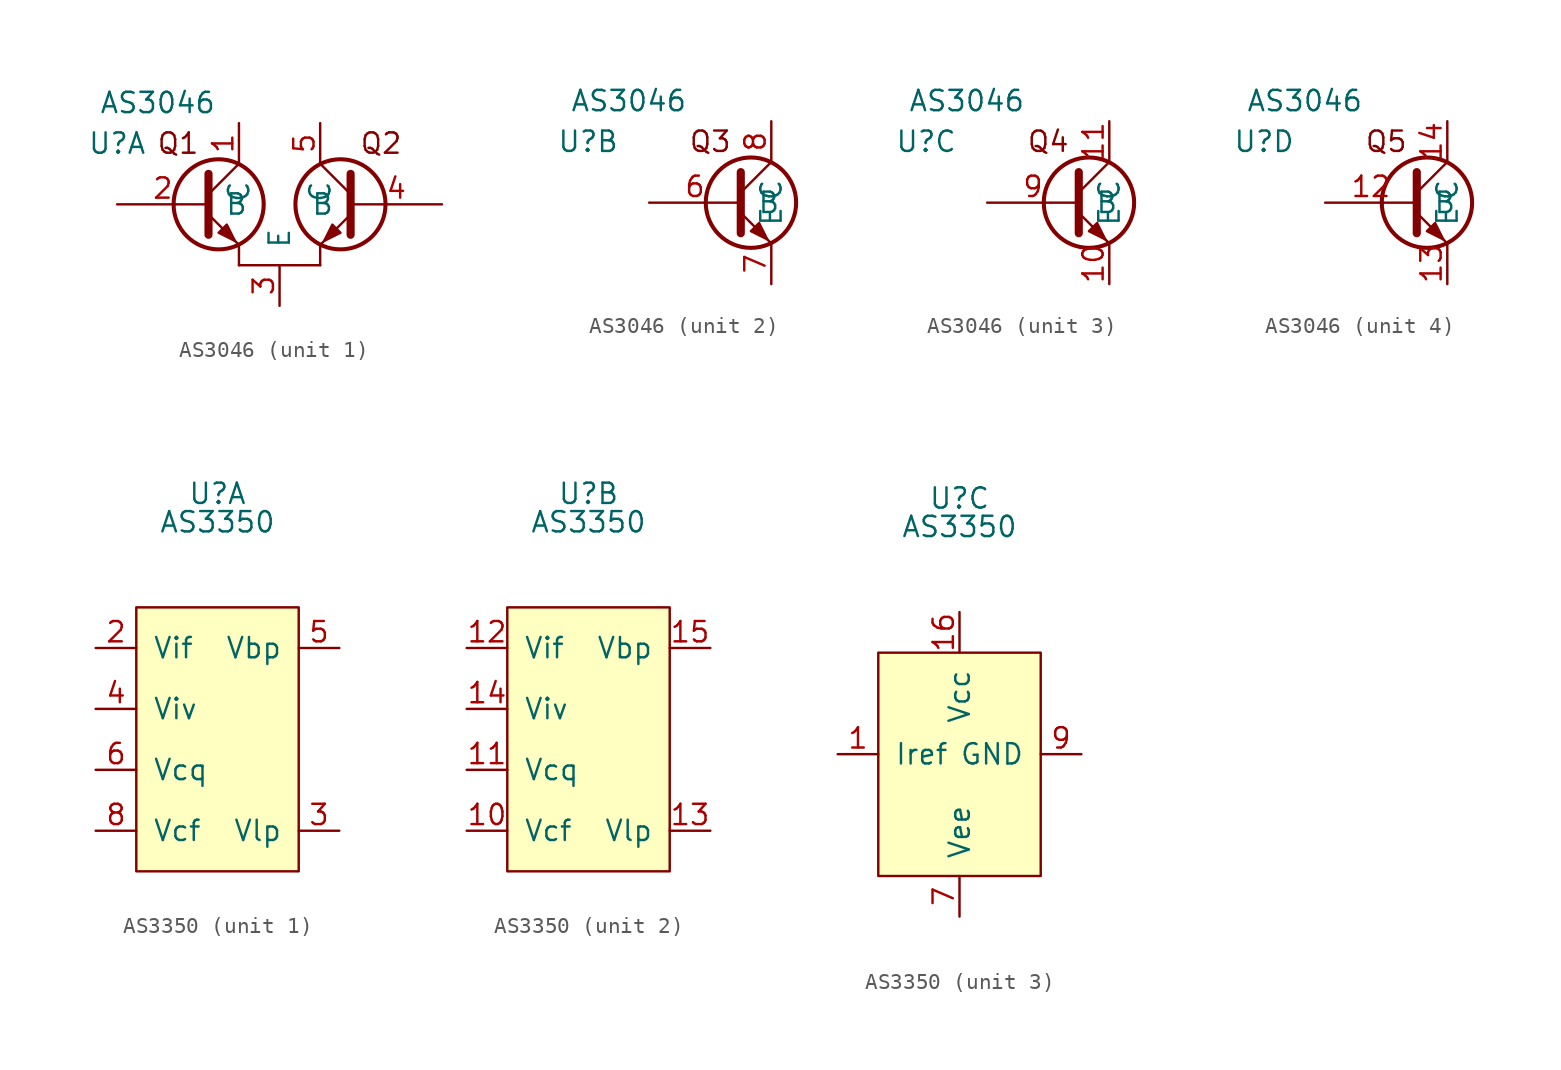
<source format=kicad_sym>
(kicad_symbol_lib
  (version 20211014)
  (generator kicad_symbol_editor)
  (symbol "AS3046"
    (pin_names
      (offset 1.016))
    (property "Reference" "U"
      (at -10.16 3.81 0)
      (effects (font (size 1.27 1.27))))
    (property "Value" "AS3046"
      (at -7.62 6.35 0)
      (effects (font (size 1.27 1.27))))
    (property "ki_locked" ""
      (at 0 0 0)
      (effects (font (size 1.27 1.27))))
    (symbol "AS3046_1_0"
      (text "Q1" (at -6.35 3.81 0) (effects (font (size 1.27 1.27)))))
    (symbol "AS3046_1_1"
      (circle (center -3.81 0) (radius 2.819) (stroke (width 0.254) (type default) (color 0 0 0 0)) (fill (type none)))
      (rectangle (start -2.54 -2.54) (end -2.54 -3.81) (stroke (width 0) (type default) (color 0 0 0 0)) (fill (type none)))
      (polyline (pts (xy -4.445 0.635) (xy -2.54 2.54)) (stroke (width 0) (type default) (color 0 0 0 0)) (fill (type none)))
      (polyline (pts (xy 4.445 0.635) (xy 2.54 2.54)) (stroke (width 0) (type default) (color 0 0 0 0)) (fill (type none)))
      (polyline (pts (xy -4.445 -0.635) (xy -2.54 -2.54) (xy -2.54 -2.54)) (stroke (width 0) (type default) (color 0 0 0 0)) (fill (type none)))
      (polyline (pts (xy -4.445 1.905) (xy -4.445 -1.905) (xy -4.445 -1.905)) (stroke (width 0.508) (type default) (color 0 0 0 0)) (fill (type none)))
      (polyline (pts (xy 4.445 -0.635) (xy 2.54 -2.54) (xy 2.54 -2.54)) (stroke (width 0) (type default) (color 0 0 0 0)) (fill (type none)))
      (polyline (pts (xy 4.445 1.905) (xy 4.445 -1.905) (xy 4.445 -1.905)) (stroke (width 0.508) (type default) (color 0 0 0 0)) (fill (type none)))
      (polyline (pts (xy -3.81 -1.778) (xy -3.302 -1.27) (xy -2.794 -2.286) (xy -3.81 -1.778) (xy -3.81 -1.778)) (stroke (width 0) (type default) (color 0 0 0 0)) (fill (type outline)))
      (polyline (pts (xy 3.81 -1.778) (xy 3.302 -1.27) (xy 2.794 -2.286) (xy 3.81 -1.778) (xy 3.81 -1.778)) (stroke (width 0) (type default) (color 0 0 0 0)) (fill (type outline)))
      (rectangle (start 2.54 -3.81) (end -2.54 -3.81) (stroke (width 0) (type default) (color 0 0 0 0)) (fill (type none)))
      (rectangle (start 2.54 -2.54) (end 2.54 -3.81) (stroke (width 0) (type default) (color 0 0 0 0)) (fill (type none)))
      (circle (center 3.81 0) (radius 2.819) (stroke (width 0.254) (type default) (color 0 0 0 0)) (fill (type none)))
      (text "Q2" (at 6.35 3.81 0) (effects (font (size 1.27 1.27))))
      (pin passive line (at -2.54 5.08 270) (length 2.54) (name "C" (effects (font (size 1.27 1.27)))) (number "1" (effects (font (size 1.27 1.27)))))
      (pin passive line (at -10.16 0 0) (length 5.715) (name "B" (effects (font (size 1.27 1.27)))) (number "2" (effects (font (size 1.27 1.27)))))
      (pin passive line (at 0 -6.35 90) (length 2.54) (name "E" (effects (font (size 1.27 1.27)))) (number "3" (effects (font (size 1.27 1.27)))))
      (pin passive line (at 10.16 0 180) (length 5.715) (name "B" (effects (font (size 1.27 1.27)))) (number "4" (effects (font (size 1.27 1.27)))))
      (pin passive line (at 2.54 5.08 270) (length 2.54) (name "C" (effects (font (size 1.27 1.27)))) (number "5" (effects (font (size 1.27 1.27))))))
    (symbol "AS3046_2_1"
      (polyline (pts (xy -0.635 0.635) (xy 1.27 2.54)) (stroke (width 0) (type default) (color 0 0 0 0)) (fill (type none)))
      (polyline (pts (xy -0.635 -0.635) (xy 1.27 -2.54) (xy 1.27 -2.54)) (stroke (width 0) (type default) (color 0 0 0 0)) (fill (type none)))
      (polyline (pts (xy -0.635 1.905) (xy -0.635 -1.905) (xy -0.635 -1.905)) (stroke (width 0.508) (type default) (color 0 0 0 0)) (fill (type none)))
      (polyline (pts (xy 0 -1.778) (xy 0.508 -1.27) (xy 1.016 -2.286) (xy 0 -1.778) (xy 0 -1.778)) (stroke (width 0) (type default) (color 0 0 0 0)) (fill (type outline)))
      (circle (center 0 0) (radius 2.819) (stroke (width 0.254) (type default) (color 0 0 0 0)) (fill (type none)))
      (text "Q3" (at -2.54 3.81 0) (effects (font (size 1.27 1.27))))
      (pin passive line (at -6.35 0 0) (length 5.715) (name "B" (effects (font (size 1.27 1.27)))) (number "6" (effects (font (size 1.27 1.27)))))
      (pin passive line (at 1.27 -5.08 90) (length 2.54) (name "E" (effects (font (size 1.27 1.27)))) (number "7" (effects (font (size 1.27 1.27)))))
      (pin passive line (at 1.27 5.08 270) (length 2.54) (name "C" (effects (font (size 1.27 1.27)))) (number "8" (effects (font (size 1.27 1.27))))))
    (symbol "AS3046_3_1"
      (polyline (pts (xy -0.635 0.635) (xy 1.27 2.54)) (stroke (width 0) (type default) (color 0 0 0 0)) (fill (type none)))
      (polyline (pts (xy -0.635 -0.635) (xy 1.27 -2.54) (xy 1.27 -2.54)) (stroke (width 0) (type default) (color 0 0 0 0)) (fill (type none)))
      (polyline (pts (xy -0.635 1.905) (xy -0.635 -1.905) (xy -0.635 -1.905)) (stroke (width 0.508) (type default) (color 0 0 0 0)) (fill (type none)))
      (polyline (pts (xy 0 -1.778) (xy 0.508 -1.27) (xy 1.016 -2.286) (xy 0 -1.778) (xy 0 -1.778)) (stroke (width 0) (type default) (color 0 0 0 0)) (fill (type outline)))
      (circle (center 0 0) (radius 2.819) (stroke (width 0.254) (type default) (color 0 0 0 0)) (fill (type none)))
      (text "Q4" (at -2.54 3.81 0) (effects (font (size 1.27 1.27))))
      (pin passive line (at 1.27 -5.08 90) (length 2.54) (name "E" (effects (font (size 1.27 1.27)))) (number "10" (effects (font (size 1.27 1.27)))))
      (pin passive line (at 1.27 5.08 270) (length 2.54) (name "C" (effects (font (size 1.27 1.27)))) (number "11" (effects (font (size 1.27 1.27)))))
      (pin passive line (at -6.35 0 0) (length 5.715) (name "B" (effects (font (size 1.27 1.27)))) (number "9" (effects (font (size 1.27 1.27))))))
    (symbol "AS3046_4_1"
      (polyline (pts (xy -0.635 0.635) (xy 1.27 2.54)) (stroke (width 0) (type default) (color 0 0 0 0)) (fill (type none)))
      (polyline (pts (xy -0.635 -0.635) (xy 1.27 -2.54) (xy 1.27 -2.54)) (stroke (width 0) (type default) (color 0 0 0 0)) (fill (type none)))
      (polyline (pts (xy -0.635 1.905) (xy -0.635 -1.905) (xy -0.635 -1.905)) (stroke (width 0.508) (type default) (color 0 0 0 0)) (fill (type none)))
      (polyline (pts (xy 0 -1.778) (xy 0.508 -1.27) (xy 1.016 -2.286) (xy 0 -1.778) (xy 0 -1.778)) (stroke (width 0) (type default) (color 0 0 0 0)) (fill (type outline)))
      (circle (center 0 0) (radius 2.819) (stroke (width 0.254) (type default) (color 0 0 0 0)) (fill (type none)))
      (text "Q5" (at -2.54 3.81 0) (effects (font (size 1.27 1.27))))
      (pin passive line (at -6.35 0 0) (length 5.715) (name "B" (effects (font (size 1.27 1.27)))) (number "12" (effects (font (size 1.27 1.27)))))
      (pin passive line (at 1.27 -5.08 90) (length 2.54) (name "E" (effects (font (size 1.27 1.27)))) (number "13" (effects (font (size 1.27 1.27)))))
      (pin passive line (at 1.27 5.08 270) (length 2.54) (name "C" (effects (font (size 1.27 1.27)))) (number "14" (effects (font (size 1.27 1.27)))))))
  (symbol "AS3350"
    (pin_names
      (offset 1.016))
    (property "Reference" "U"
      (at 0 16.002 0)
      (effects (font (size 1.27 1.27))))
    (property "Value" "AS3350"
      (at 0 14.224 0)
      (effects (font (size 1.27 1.27))))
    (property "ki_locked" ""
      (at 0 0 0)
      (effects (font (size 1.27 1.27))))
    (symbol "AS3350_1_1"
      (rectangle (start -5.08 8.89) (end 5.08 -7.62) (stroke (width 0) (type default) (color 0 0 0 0)) (fill (type background)))
      (pin input line (at -7.62 6.35 0) (length 2.54) (name "Vif" (effects (font (size 1.27 1.27)))) (number "2" (effects (font (size 1.27 1.27)))))
      (pin output line (at 7.62 -5.08 180) (length 2.54) (name "Vlp" (effects (font (size 1.27 1.27)))) (number "3" (effects (font (size 1.27 1.27)))))
      (pin input line (at -7.62 2.54 0) (length 2.54) (name "Viv" (effects (font (size 1.27 1.27)))) (number "4" (effects (font (size 1.27 1.27)))))
      (pin bidirectional line (at 7.62 6.35 180) (length 2.54) (name "Vbp" (effects (font (size 1.27 1.27)))) (number "5" (effects (font (size 1.27 1.27)))))
      (pin input line (at -7.62 -1.27 0) (length 2.54) (name "Vcq" (effects (font (size 1.27 1.27)))) (number "6" (effects (font (size 1.27 1.27)))))
      (pin input line (at -7.62 -5.08 0) (length 2.54) (name "Vcf" (effects (font (size 1.27 1.27)))) (number "8" (effects (font (size 1.27 1.27))))))
    (symbol "AS3350_2_1"
      (rectangle (start -5.08 8.89) (end 5.08 -7.62) (stroke (width 0) (type default) (color 0 0 0 0)) (fill (type background)))
      (pin input line (at -7.62 -5.08 0) (length 2.54) (name "Vcf" (effects (font (size 1.27 1.27)))) (number "10" (effects (font (size 1.27 1.27)))))
      (pin input line (at -7.62 -1.27 0) (length 2.54) (name "Vcq" (effects (font (size 1.27 1.27)))) (number "11" (effects (font (size 1.27 1.27)))))
      (pin input line (at -7.62 6.35 0) (length 2.54) (name "Vif" (effects (font (size 1.27 1.27)))) (number "12" (effects (font (size 1.27 1.27)))))
      (pin output line (at 7.62 -5.08 180) (length 2.54) (name "Vlp" (effects (font (size 1.27 1.27)))) (number "13" (effects (font (size 1.27 1.27)))))
      (pin input line (at -7.62 2.54 0) (length 2.54) (name "Viv" (effects (font (size 1.27 1.27)))) (number "14" (effects (font (size 1.27 1.27)))))
      (pin bidirectional line (at 7.62 6.35 180) (length 2.54) (name "Vbp" (effects (font (size 1.27 1.27)))) (number "15" (effects (font (size 1.27 1.27))))))
    (symbol "AS3350_3_1"
      (rectangle (start -5.08 6.35) (end 5.08 -7.62) (stroke (width 0) (type default) (color 0 0 0 0)) (fill (type background)))
      (pin input line (at -7.62 0 0) (length 2.54) (name "Iref" (effects (font (size 1.27 1.27)))) (number "1" (effects (font (size 1.27 1.27)))))
      (pin power_in line (at 0 8.89 270) (length 2.54) (name "Vcc" (effects (font (size 1.27 1.27)))) (number "16" (effects (font (size 1.27 1.27)))))
      (pin power_in line (at 0 -10.16 90) (length 2.54) (name "Vee" (effects (font (size 1.27 1.27)))) (number "7" (effects (font (size 1.27 1.27)))))
      (pin power_in line (at 7.62 0 180) (length 2.54) (name "GND" (effects (font (size 1.27 1.27)))) (number "9" (effects (font (size 1.27 1.27))))))))
</source>
